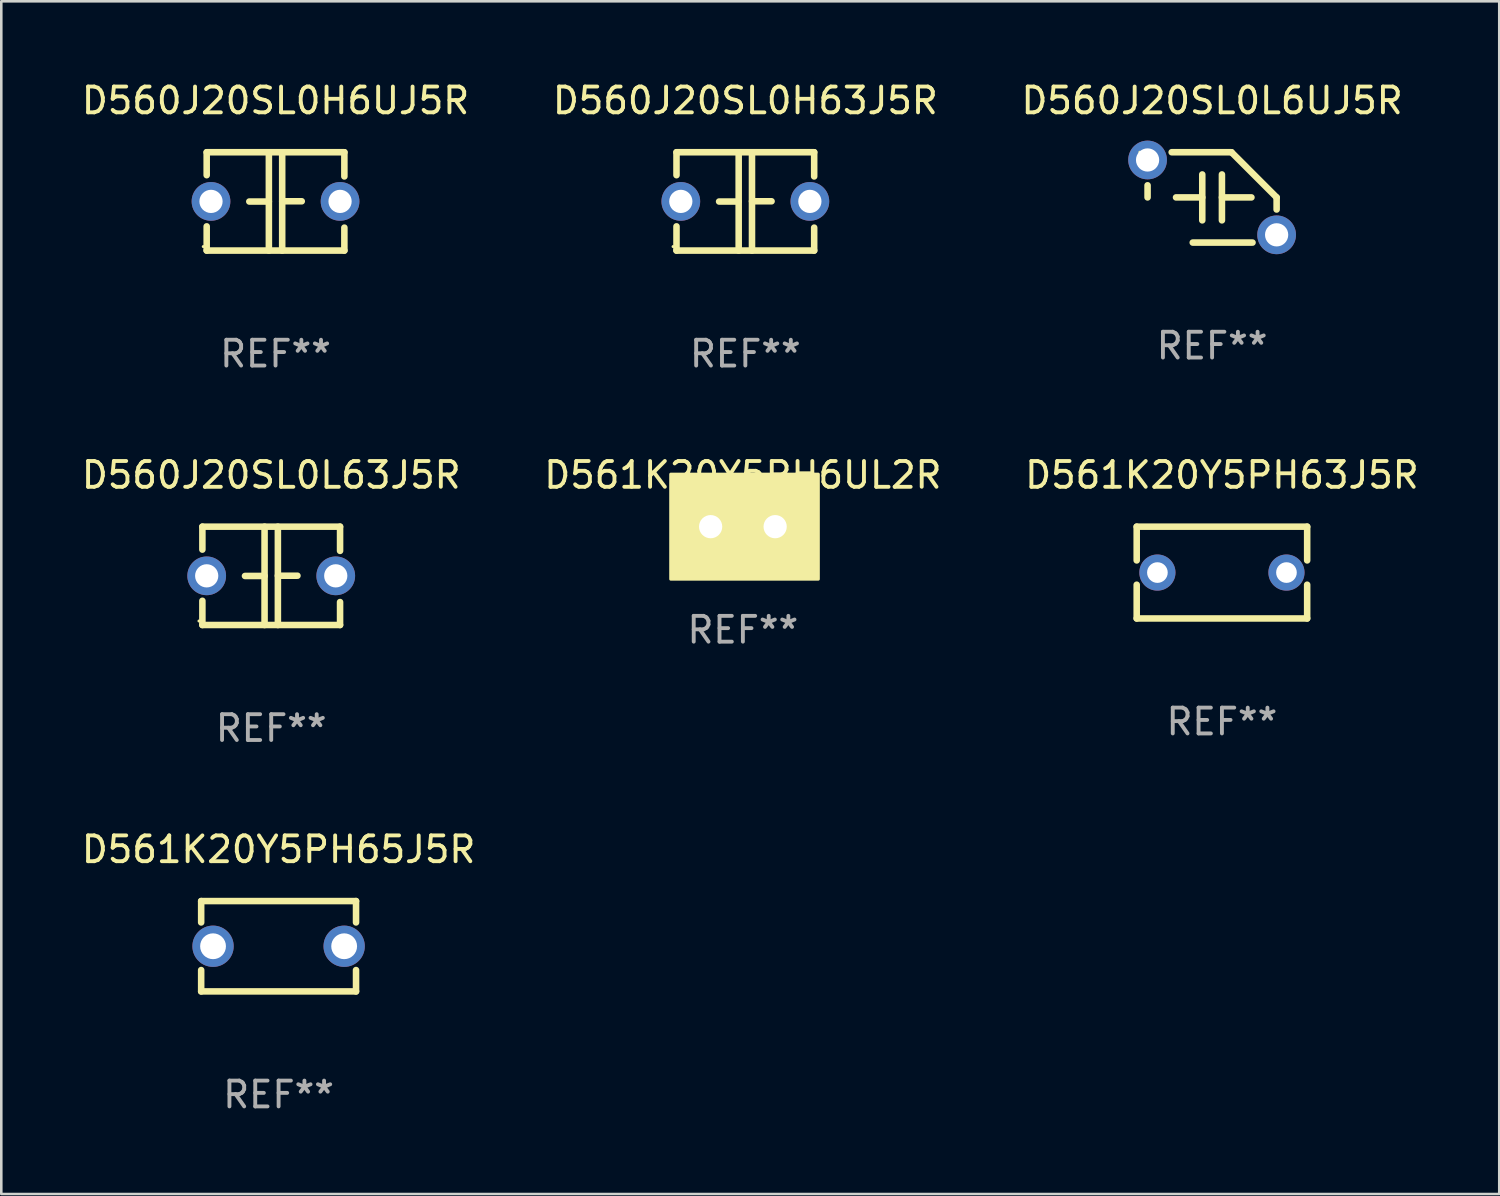
<source format=kicad_pcb>
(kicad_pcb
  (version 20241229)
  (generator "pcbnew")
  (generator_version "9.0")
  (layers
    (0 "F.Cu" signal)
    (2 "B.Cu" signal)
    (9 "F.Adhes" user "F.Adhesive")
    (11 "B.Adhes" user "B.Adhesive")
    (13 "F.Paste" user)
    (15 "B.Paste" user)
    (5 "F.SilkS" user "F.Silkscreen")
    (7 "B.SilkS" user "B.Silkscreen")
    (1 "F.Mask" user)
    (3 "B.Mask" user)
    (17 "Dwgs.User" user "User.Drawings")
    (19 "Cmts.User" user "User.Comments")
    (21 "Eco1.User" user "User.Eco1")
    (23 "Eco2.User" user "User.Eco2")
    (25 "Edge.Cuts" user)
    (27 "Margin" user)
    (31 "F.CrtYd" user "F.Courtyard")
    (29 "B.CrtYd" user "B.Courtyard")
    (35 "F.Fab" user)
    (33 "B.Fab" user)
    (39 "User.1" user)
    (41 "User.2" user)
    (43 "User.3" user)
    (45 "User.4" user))
  (footprint "D561K20Y5PH63J5R"
    (layer "F.Cu")
    (at 44.292 19.133)
    (property "Reference" "D561K20Y5PH63J5R" (at 0 -3.778 0) (layer "F.SilkS") (effects (font (size 1 1) (thickness 0.15))))
    (attr through_hole)
    (fp_line (start -3.302 -1.778) (end 3.302 -1.778) (stroke (width 0.254) (type solid)) (layer "F.SilkS"))
    (fp_line (start -3.302 -0.471) (end -3.302 -1.778) (stroke (width 0.254) (type solid)) (layer "F.SilkS"))
    (fp_line (start -3.302 1.778) (end -3.302 0.471) (stroke (width 0.254) (type solid)) (layer "F.SilkS"))
    (fp_line (start 3.302 -1.778) (end 3.302 -0.471) (stroke (width 0.254) (type solid)) (layer "F.SilkS"))
    (fp_line (start 3.302 0.471) (end 3.302 1.778) (stroke (width 0.254) (type solid)) (layer "F.SilkS"))
    (fp_line (start 3.302 1.778) (end -3.302 1.778) (stroke (width 0.254) (type solid)) (layer "F.SilkS"))
    (fp_circle (center -3.25 1.75) (end -3.22 1.75) (stroke (width 0.06) (type solid)) (fill no) (layer "F.SilkS"))
    (fp_text user "REF**" (at 0 5.778 0) (layer "F.Fab") (effects (font (size 1 1) (thickness 0.15))))
    (pad "1" thru_hole circle (at -2.5 0) (size 1.4 1.4) (drill 0.8) (layers "*.Cu" "*.Mask"))
    (pad "2" thru_hole circle (at 2.5 0) (size 1.4 1.4) (drill 0.8) (layers "*.Cu" "*.Mask")))
  (footprint "D561K20Y5PH6UL2R"
    (layer "F.Cu")
    (at 25.732 17.355)
    (property "Reference" "D561K20Y5PH6UL2R" (at 0 -2 0) (layer "F.SilkS") (effects (font (size 1 1) (thickness 0.15))))
    (attr through_hole)
    (fp_circle (center -2.5 1.75) (end -2.47 1.75) (stroke (width 0.06) (type solid)) (fill no) (layer "F.SilkS"))
    (fp_poly (pts (xy -2.794 -2.032) (xy 2.921 -2.032) (xy 2.921 2.032) (xy -2.794 2.032)) (stroke (width 0.12) (type solid)) (fill yes) (layer "F.SilkS"))
    (fp_text user "REF**" (at 0 4 0) (layer "F.Fab") (effects (font (size 1 1) (thickness 0.15))))
    (pad "1" thru_hole circle (at -1.25 0) (size 1.5 1.5) (drill 0.9) (layers "*.Cu" "*.Mask"))
    (pad "2" thru_hole circle (at 1.25 0) (size 1.5 1.5) (drill 0.9) (layers "*.Cu" "*.Mask")))
  (footprint "D560J20SL0L6UJ5R"
    (layer "F.Cu")
    (at 43.911 4.598)
    (property "Reference" "D560J20SL0L6UJ5R" (at 0 -3.75 0) (layer "F.SilkS") (effects (font (size 1 1) (thickness 0.15))))
    (attr through_hole)
    (fp_line (start -2.5 0) (end -2.5 -0.469) (stroke (width 0.254) (type solid)) (layer "F.SilkS"))
    (fp_line (start -1.397 0) (end -0.381 0) (stroke (width 0.254) (type solid)) (layer "F.SilkS"))
    (fp_line (start -0.75 1.75) (end 1.566 1.75) (stroke (width 0.254) (type solid)) (layer "F.SilkS"))
    (fp_line (start -0.381 -0.889) (end -0.381 0.889) (stroke (width 0.254) (type solid)) (layer "F.SilkS"))
    (fp_line (start 0.381 -0.889) (end 0.381 0.889) (stroke (width 0.254) (type solid)) (layer "F.SilkS"))
    (fp_line (start 0.75 -1.75) (end -1.566 -1.75) (stroke (width 0.254) (type solid)) (layer "F.SilkS"))
    (fp_line (start 1.524 0) (end 0.381 0) (stroke (width 0.254) (type solid)) (layer "F.SilkS"))
    (fp_line (start 2.5 0) (end 2.5 0.469) (stroke (width 0.254) (type solid)) (layer "F.SilkS"))
    (fp_arc (start -2.499962 0) (mid 2.499984 -0.000022) (end -2.499962 0) (stroke (width 0.254001) (type solid)) (layer "F.SilkS"))
    (fp_arc (start 2.500013 0) (mid 1.623463 -0.873464) (end 0.749999 -1.750014) (stroke (width 0.254001) (type solid)) (layer "F.SilkS"))
    (fp_circle (center -2.8 -1.75) (end -2.77 -1.75) (stroke (width 0.06) (type solid)) (fill no) (layer "F.SilkS"))
    (fp_text user "REF**" (at 0 5.75 0) (layer "F.Fab") (effects (font (size 1 1) (thickness 0.15))))
    (pad "1" thru_hole circle (at -2.5 -1.45) (size 1.5 1.5) (drill 0.9) (layers "*.Cu" "*.Mask"))
    (pad "2" thru_hole circle (at 2.5 1.45) (size 1.5 1.5) (drill 0.9) (layers "*.Cu" "*.Mask")))
  (footprint "D560J20SL0H6UJ5R"
    (layer "F.Cu")
    (at 7.625 4.753)
    (property "Reference" "D560J20SL0H6UJ5R" (at 0 -3.905 0) (layer "F.SilkS") (effects (font (size 1 1) (thickness 0.15))))
    (attr through_hole)
    (fp_line (start -2.667 -1.905) (end -2.667 -1.016) (stroke (width 0.254) (type solid)) (layer "F.SilkS"))
    (fp_line (start -2.667 0.967) (end -2.667 1.905) (stroke (width 0.254) (type solid)) (layer "F.SilkS"))
    (fp_line (start -2.667 1.905) (end 2.667 1.905) (stroke (width 0.254) (type solid)) (layer "F.SilkS"))
    (fp_line (start -0.258 0.005) (end -1.016 0.005) (stroke (width 0.254) (type solid)) (layer "F.SilkS"))
    (fp_line (start -0.258 1.905) (end -0.258 -1.905) (stroke (width 0.254) (type solid)) (layer "F.SilkS"))
    (fp_line (start 0.258 -1.905) (end 0.258 1.905) (stroke (width 0.254) (type solid)) (layer "F.SilkS"))
    (fp_line (start 0.258 -0.005) (end 1.016 -0.005) (stroke (width 0.254) (type solid)) (layer "F.SilkS"))
    (fp_line (start 2.667 -1.905) (end -2.667 -1.905) (stroke (width 0.254) (type solid)) (layer "F.SilkS"))
    (fp_line (start 2.667 -0.967) (end 2.667 -1.905) (stroke (width 0.254) (type solid)) (layer "F.SilkS"))
    (fp_line (start 2.667 1.905) (end 2.667 1.016) (stroke (width 0.254) (type solid)) (layer "F.SilkS"))
    (fp_circle (center -2.8 1.75) (end -2.77 1.75) (stroke (width 0.06) (type solid)) (fill no) (layer "F.SilkS"))
    (fp_text user "REF**" (at 0 5.905 0) (layer "F.Fab") (effects (font (size 1 1) (thickness 0.15))))
    (pad "1" thru_hole circle (at -2.5 0) (size 1.5 1.5) (drill 0.9) (layers "*.Cu" "*.Mask"))
    (pad "2" thru_hole circle (at 2.5 0) (size 1.5 1.5) (drill 0.9) (layers "*.Cu" "*.Mask")))
  (footprint "D560J20SL0L63J5R"
    (layer "F.Cu")
    (at 7.458 19.26)
    (property "Reference" "D560J20SL0L63J5R" (at 0 -3.905 0) (layer "F.SilkS") (effects (font (size 1 1) (thickness 0.15))))
    (attr through_hole)
    (fp_line (start -2.667 -1.905) (end -2.667 -1.016) (stroke (width 0.254) (type solid)) (layer "F.SilkS"))
    (fp_line (start -2.667 0.967) (end -2.667 1.905) (stroke (width 0.254) (type solid)) (layer "F.SilkS"))
    (fp_line (start -2.667 1.905) (end 2.667 1.905) (stroke (width 0.254) (type solid)) (layer "F.SilkS"))
    (fp_line (start -0.258 0.005) (end -1.016 0.005) (stroke (width 0.254) (type solid)) (layer "F.SilkS"))
    (fp_line (start -0.258 1.905) (end -0.258 -1.905) (stroke (width 0.254) (type solid)) (layer "F.SilkS"))
    (fp_line (start 0.258 -1.905) (end 0.258 1.905) (stroke (width 0.254) (type solid)) (layer "F.SilkS"))
    (fp_line (start 0.258 -0.005) (end 1.016 -0.005) (stroke (width 0.254) (type solid)) (layer "F.SilkS"))
    (fp_line (start 2.667 -1.905) (end -2.667 -1.905) (stroke (width 0.254) (type solid)) (layer "F.SilkS"))
    (fp_line (start 2.667 -0.967) (end 2.667 -1.905) (stroke (width 0.254) (type solid)) (layer "F.SilkS"))
    (fp_line (start 2.667 1.905) (end 2.667 1.016) (stroke (width 0.254) (type solid)) (layer "F.SilkS"))
    (fp_circle (center -2.8 1.75) (end -2.77 1.75) (stroke (width 0.06) (type solid)) (fill no) (layer "F.SilkS"))
    (fp_text user "REF**" (at 0 5.905 0) (layer "F.Fab") (effects (font (size 1 1) (thickness 0.15))))
    (pad "1" thru_hole circle (at -2.5 0) (size 1.5 1.5) (drill 0.9) (layers "*.Cu" "*.Mask"))
    (pad "2" thru_hole circle (at 2.5 0) (size 1.5 1.5) (drill 0.9) (layers "*.Cu" "*.Mask")))
  (footprint "D560J20SL0H63J5R"
    (layer "F.Cu")
    (at 25.827 4.753)
    (property "Reference" "D560J20SL0H63J5R" (at 0 -3.905 0) (layer "F.SilkS") (effects (font (size 1 1) (thickness 0.15))))
    (attr through_hole)
    (fp_line (start -2.667 -1.905) (end -2.667 -1.016) (stroke (width 0.254) (type solid)) (layer "F.SilkS"))
    (fp_line (start -2.667 0.967) (end -2.667 1.905) (stroke (width 0.254) (type solid)) (layer "F.SilkS"))
    (fp_line (start -2.667 1.905) (end 2.667 1.905) (stroke (width 0.254) (type solid)) (layer "F.SilkS"))
    (fp_line (start -0.258 0.005) (end -1.016 0.005) (stroke (width 0.254) (type solid)) (layer "F.SilkS"))
    (fp_line (start -0.258 1.905) (end -0.258 -1.905) (stroke (width 0.254) (type solid)) (layer "F.SilkS"))
    (fp_line (start 0.258 -1.905) (end 0.258 1.905) (stroke (width 0.254) (type solid)) (layer "F.SilkS"))
    (fp_line (start 0.258 -0.005) (end 1.016 -0.005) (stroke (width 0.254) (type solid)) (layer "F.SilkS"))
    (fp_line (start 2.667 -1.905) (end -2.667 -1.905) (stroke (width 0.254) (type solid)) (layer "F.SilkS"))
    (fp_line (start 2.667 -0.967) (end 2.667 -1.905) (stroke (width 0.254) (type solid)) (layer "F.SilkS"))
    (fp_line (start 2.667 1.905) (end 2.667 1.016) (stroke (width 0.254) (type solid)) (layer "F.SilkS"))
    (fp_circle (center -2.8 1.75) (end -2.77 1.75) (stroke (width 0.06) (type solid)) (fill no) (layer "F.SilkS"))
    (fp_text user "REF**" (at 0 5.905 0) (layer "F.Fab") (effects (font (size 1 1) (thickness 0.15))))
    (pad "1" thru_hole circle (at -2.5 0) (size 1.5 1.5) (drill 0.9) (layers "*.Cu" "*.Mask"))
    (pad "2" thru_hole circle (at 2.5 0) (size 1.5 1.5) (drill 0.9) (layers "*.Cu" "*.Mask")))
  (footprint "D561K20Y5PH65J5R"
    (layer "F.Cu")
    (at 7.744 33.611)
    (property "Reference" "D561K20Y5PH65J5R" (at 0 -3.75 0) (layer "F.SilkS") (effects (font (size 1 1) (thickness 0.15))))
    (attr through_hole)
    (fp_line (start -3 -1.75) (end -3 -0.923) (stroke (width 0.254) (type solid)) (layer "F.SilkS"))
    (fp_line (start -3 -1.75) (end 3 -1.75) (stroke (width 0.254) (type solid)) (layer "F.SilkS"))
    (fp_line (start -3 0.923) (end -3 1.75) (stroke (width 0.254) (type solid)) (layer "F.SilkS"))
    (fp_line (start 3 -1.75) (end 3 -0.923) (stroke (width 0.254) (type solid)) (layer "F.SilkS"))
    (fp_line (start 3 0.923) (end 3 1.75) (stroke (width 0.254) (type solid)) (layer "F.SilkS"))
    (fp_line (start 3 1.75) (end -3 1.75) (stroke (width 0.254) (type solid)) (layer "F.SilkS"))
    (fp_circle (center -3 1.75) (end -2.97 1.75) (stroke (width 0.06) (type solid)) (fill no) (layer "F.SilkS"))
    (fp_text user "REF**" (at 0 5.75 0) (layer "F.Fab") (effects (font (size 1 1) (thickness 0.15))))
    (pad "1" thru_hole circle (at -2.54 -0.000025) (size 1.6 1.6) (drill 1) (layers "*.Cu" "*.Mask"))
    (pad "2" thru_hole circle (at 2.54 -0.000025) (size 1.6 1.6) (drill 1) (layers "*.Cu" "*.Mask")))
  (gr_rect
    (start -3 -3)
    (end 55.036 43.21)
    (stroke (width 0.1) (type default))
    (fill no)
    (layer "Edge.Cuts")))
</source>
